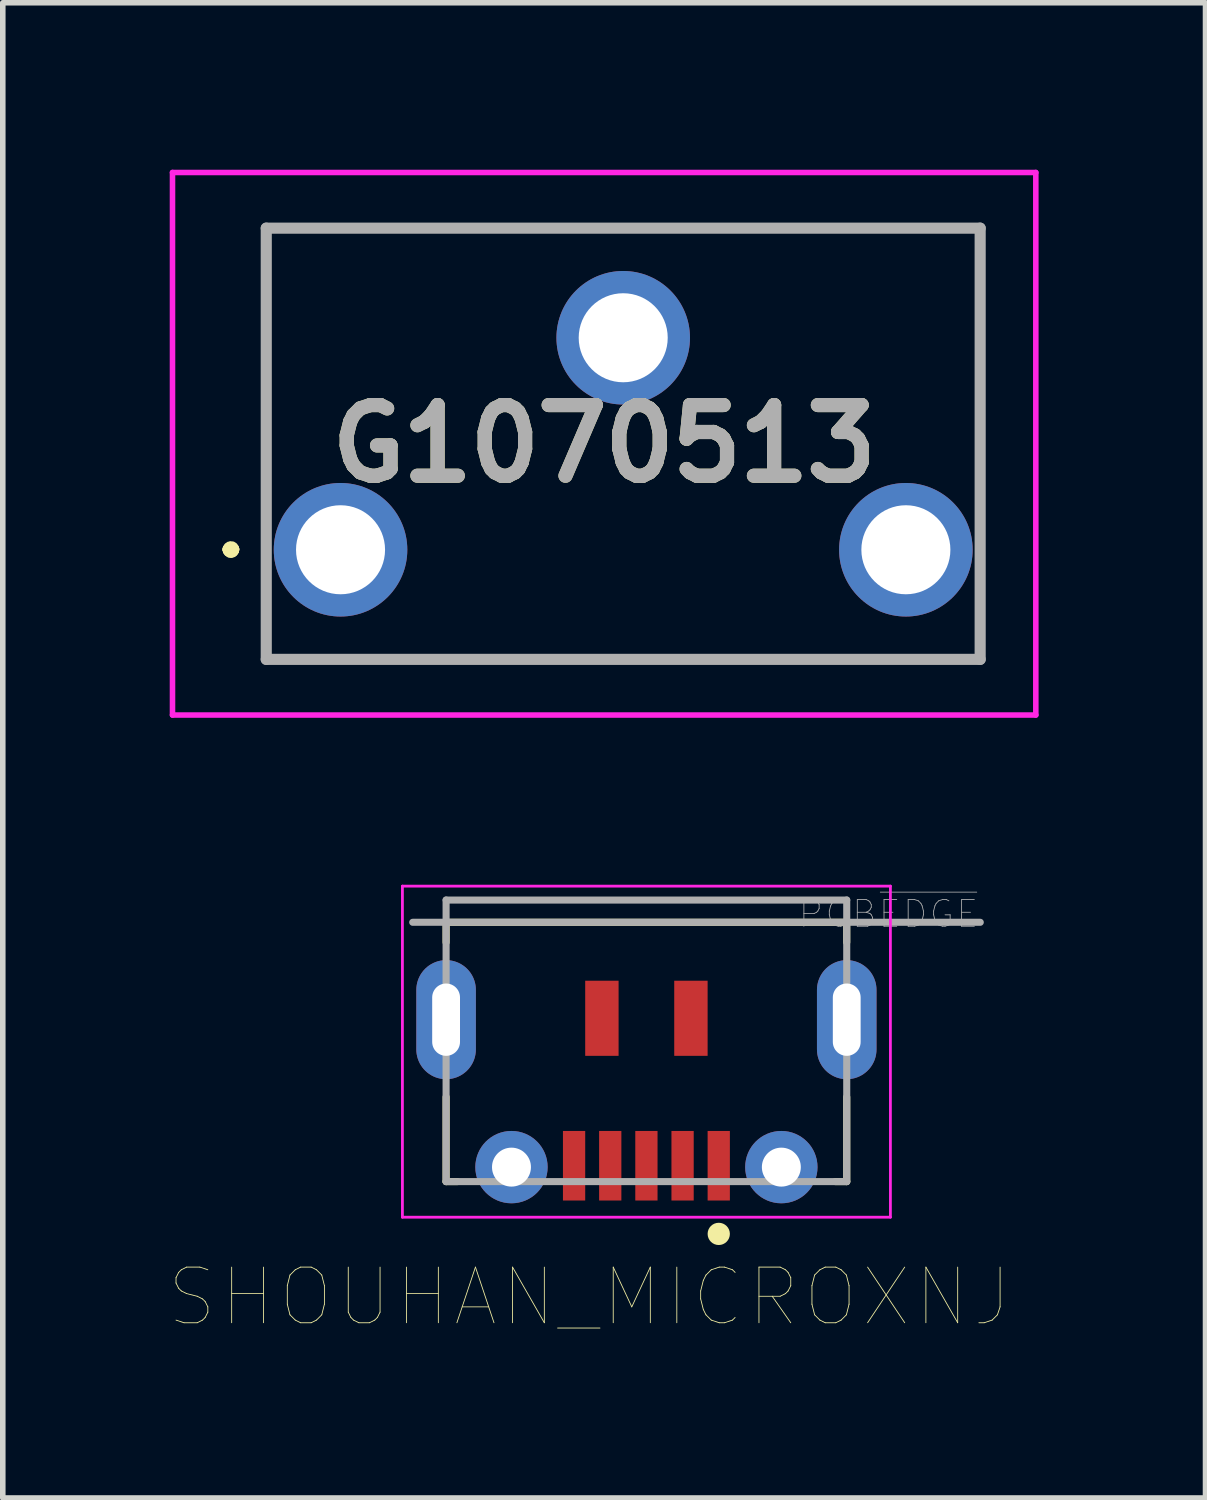
<source format=kicad_pcb>
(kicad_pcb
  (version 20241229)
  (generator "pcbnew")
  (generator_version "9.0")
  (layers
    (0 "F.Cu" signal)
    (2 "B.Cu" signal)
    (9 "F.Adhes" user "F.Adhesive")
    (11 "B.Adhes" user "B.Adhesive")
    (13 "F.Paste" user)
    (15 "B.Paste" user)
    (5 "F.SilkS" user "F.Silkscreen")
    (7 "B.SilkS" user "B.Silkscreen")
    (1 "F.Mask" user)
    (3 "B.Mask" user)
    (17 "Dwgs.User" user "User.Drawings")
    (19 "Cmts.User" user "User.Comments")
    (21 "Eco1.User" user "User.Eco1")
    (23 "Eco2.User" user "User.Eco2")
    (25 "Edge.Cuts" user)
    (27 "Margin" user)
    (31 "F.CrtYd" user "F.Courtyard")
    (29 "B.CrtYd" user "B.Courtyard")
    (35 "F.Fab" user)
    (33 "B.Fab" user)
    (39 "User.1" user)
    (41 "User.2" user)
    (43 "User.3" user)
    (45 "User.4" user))
  (footprint "G1070513"
    (layer "F.Cu")
    (at 3.07 6.83)
    (property "Reference" "G1070513" (at 4.738 -1.905 0) (layer "F.SilkS") (effects (font (size 1.27 1.27) (thickness 0.254))))
    (attr through_hole)
    (fp_line (start -2.02 -0.005) (end -2.02 -0.005) (stroke (width 0.2) (type solid)) (layer "F.SilkS"))
    (fp_line (start -2.02 -0.005) (end -2.02 -0.005) (stroke (width 0.2) (type solid)) (layer "F.SilkS"))
    (fp_line (start -1.92 -0.005) (end -1.92 -0.005) (stroke (width 0.2) (type solid)) (layer "F.SilkS"))
    (fp_line (start -1.335 -5.78) (end -1.335 -5.78) (stroke (width 0.1) (type solid)) (layer "F.SilkS"))
    (fp_line (start -1.335 -5.78) (end -1.335 -5.78) (stroke (width 0.1) (type solid)) (layer "F.SilkS"))
    (fp_line (start -1.335 -5.78) (end -1.335 -1.655) (stroke (width 0.1) (type solid)) (layer "F.SilkS"))
    (fp_line (start -1.335 -5.78) (end 11.495 -5.78) (stroke (width 0.1) (type solid)) (layer "F.SilkS"))
    (fp_line (start -1.335 -1.655) (end -1.335 -5.78) (stroke (width 0.1) (type solid)) (layer "F.SilkS"))
    (fp_line (start -1.335 -1.655) (end -1.335 -1.655) (stroke (width 0.1) (type solid)) (layer "F.SilkS"))
    (fp_line (start -1.335 1.595) (end -1.335 1.595) (stroke (width 0.1) (type solid)) (layer "F.SilkS"))
    (fp_line (start -1.335 1.595) (end -1.335 1.97) (stroke (width 0.1) (type solid)) (layer "F.SilkS"))
    (fp_line (start -1.335 1.97) (end -1.335 1.595) (stroke (width 0.1) (type solid)) (layer "F.SilkS"))
    (fp_line (start -1.335 1.97) (end -1.335 1.97) (stroke (width 0.1) (type solid)) (layer "F.SilkS"))
    (fp_line (start -1.335 1.97) (end -1.335 1.97) (stroke (width 0.1) (type solid)) (layer "F.SilkS"))
    (fp_line (start -1.335 1.97) (end 11.495 1.97) (stroke (width 0.1) (type solid)) (layer "F.SilkS"))
    (fp_line (start 11.495 -5.78) (end -1.335 -5.78) (stroke (width 0.1) (type solid)) (layer "F.SilkS"))
    (fp_line (start 11.495 -5.78) (end 11.495 -5.78) (stroke (width 0.1) (type solid)) (layer "F.SilkS"))
    (fp_line (start 11.495 -5.78) (end 11.495 -5.78) (stroke (width 0.1) (type solid)) (layer "F.SilkS"))
    (fp_line (start 11.495 -5.78) (end 11.495 -1.655) (stroke (width 0.1) (type solid)) (layer "F.SilkS"))
    (fp_line (start 11.495 -1.655) (end 11.495 -5.78) (stroke (width 0.1) (type solid)) (layer "F.SilkS"))
    (fp_line (start 11.495 -1.655) (end 11.495 -1.655) (stroke (width 0.1) (type solid)) (layer "F.SilkS"))
    (fp_line (start 11.495 1.595) (end 11.495 1.595) (stroke (width 0.1) (type solid)) (layer "F.SilkS"))
    (fp_line (start 11.495 1.595) (end 11.495 1.97) (stroke (width 0.1) (type solid)) (layer "F.SilkS"))
    (fp_line (start 11.495 1.97) (end -1.335 1.97) (stroke (width 0.1) (type solid)) (layer "F.SilkS"))
    (fp_line (start 11.495 1.97) (end 11.495 1.595) (stroke (width 0.1) (type solid)) (layer "F.SilkS"))
    (fp_line (start 11.495 1.97) (end 11.495 1.97) (stroke (width 0.1) (type solid)) (layer "F.SilkS"))
    (fp_line (start 11.495 1.97) (end 11.495 1.97) (stroke (width 0.1) (type solid)) (layer "F.SilkS"))
    (fp_arc (start -2.02 -0.005) (mid -1.97 -0.055) (end -1.92 -0.005) (stroke (width 0.2) (type solid)) (layer "F.SilkS"))
    (fp_arc (start -1.92 -0.005) (mid -1.97 0.045) (end -2.02 -0.005) (stroke (width 0.2) (type solid)) (layer "F.SilkS"))
    (fp_arc (start -1.92 -0.005) (mid -1.97 0.045) (end -2.02 -0.005) (stroke (width 0.2) (type solid)) (layer "F.SilkS"))
    (fp_line (start -3.02 -6.78) (end 12.495 -6.78) (stroke (width 0.1) (type solid)) (layer "F.CrtYd"))
    (fp_line (start -3.02 2.97) (end -3.02 -6.78) (stroke (width 0.1) (type solid)) (layer "F.CrtYd"))
    (fp_line (start 12.495 -6.78) (end 12.495 2.97) (stroke (width 0.1) (type solid)) (layer "F.CrtYd"))
    (fp_line (start 12.495 2.97) (end -3.02 2.97) (stroke (width 0.1) (type solid)) (layer "F.CrtYd"))
    (fp_line (start -1.335 -5.78) (end -1.335 1.97) (stroke (width 0.2) (type solid)) (layer "F.Fab"))
    (fp_line (start -1.335 1.97) (end 11.495 1.97) (stroke (width 0.2) (type solid)) (layer "F.Fab"))
    (fp_line (start 11.495 -5.78) (end -1.335 -5.78) (stroke (width 0.2) (type solid)) (layer "F.Fab"))
    (fp_line (start 11.495 1.97) (end 11.495 -5.78) (stroke (width 0.2) (type solid)) (layer "F.Fab"))
    (fp_text user "${REFERENCE}" (at 4.738 -1.905 0) (layer "F.Fab") (effects (font (size 1.27 1.27) (thickness 0.254))))
    (pad "1" thru_hole circle (at 0 0) (size 2.4 2.4) (drill 1.6) (layers "*.Cu" "*.Mask"))
    (pad "2" thru_hole circle (at 10.16 0) (size 2.4 2.4) (drill 1.6) (layers "*.Cu" "*.Mask"))
    (pad "3" thru_hole circle (at 5.08 -3.81) (size 2.4 2.4) (drill 1.6) (layers "*.Cu" "*.Mask")))
  (footprint "SHOUHAN_MICROXNJ"
    (layer "F.Cu")
    (at 8.567 13.525)
    (property "Reference" "SHOUHAN_MICROXNJ" (at -1.025 6.735 0) (layer "F.SilkS") (effects (font (size 1 1) (thickness 0.015))))
    (attr through_hole)
    (fp_line (start -3.6 0) (end 3.6 0) (stroke (width 0.127) (type solid)) (layer "F.SilkS"))
    (fp_line (start -3.6 0.36) (end -3.6 0) (stroke (width 0.127) (type solid)) (layer "F.SilkS"))
    (fp_line (start -3.6 3.14) (end -3.6 4.66) (stroke (width 0.127) (type solid)) (layer "F.SilkS"))
    (fp_line (start -3.6 4.66) (end -3.395 4.66) (stroke (width 0.127) (type solid)) (layer "F.SilkS"))
    (fp_line (start 3.6 0) (end 3.6 0.36) (stroke (width 0.127) (type solid)) (layer "F.SilkS"))
    (fp_line (start 3.6 3.14) (end 3.6 4.66) (stroke (width 0.127) (type solid)) (layer "F.SilkS"))
    (fp_line (start 3.6 4.66) (end 3.395 4.66) (stroke (width 0.127) (type solid)) (layer "F.SilkS"))
    (fp_circle (center 1.3 5.6) (end 1.4 5.6) (stroke (width 0.2) (type solid)) (fill no) (layer "F.SilkS"))
    (fp_line (start -4.385 -0.65) (end 4.385 -0.65) (stroke (width 0.05) (type solid)) (layer "F.CrtYd"))
    (fp_line (start -4.385 5.3) (end -4.385 -0.65) (stroke (width 0.05) (type solid)) (layer "F.CrtYd"))
    (fp_line (start 4.385 -0.65) (end 4.385 5.3) (stroke (width 0.05) (type solid)) (layer "F.CrtYd"))
    (fp_line (start 4.385 5.3) (end -4.385 5.3) (stroke (width 0.05) (type solid)) (layer "F.CrtYd"))
    (fp_line (start -4.2 0) (end 6 0) (stroke (width 0.127) (type solid)) (layer "F.Fab"))
    (fp_line (start -3.6 -0.4) (end 3.6 -0.4) (stroke (width 0.127) (type solid)) (layer "F.Fab"))
    (fp_line (start -3.6 4.66) (end -3.6 -0.4) (stroke (width 0.127) (type solid)) (layer "F.Fab"))
    (fp_line (start 3.6 -0.4) (end 3.6 4.66) (stroke (width 0.127) (type solid)) (layer "F.Fab"))
    (fp_line (start 3.6 4.66) (end -3.6 4.66) (stroke (width 0.127) (type solid)) (layer "F.Fab"))
    (fp_text user "PCB~{EDGE}" (at 4.35 -0.15 0) (layer "F.Fab") (effects (font (size 0.48 0.48) (thickness 0.015))))
    (pad "1" smd rect (at 1.3 4.375) (size 0.4 1.25) (layers "F.Cu" "F.Mask" "F.Paste"))
    (pad "2" smd rect (at 0.65 4.375) (size 0.4 1.25) (layers "F.Cu" "F.Mask" "F.Paste"))
    (pad "3" smd rect (at 0 4.375) (size 0.4 1.25) (layers "F.Cu" "F.Mask" "F.Paste"))
    (pad "4" smd rect (at -0.65 4.375) (size 0.4 1.25) (layers "F.Cu" "F.Mask" "F.Paste"))
    (pad "5" smd rect (at -1.3 4.375) (size 0.4 1.25) (layers "F.Cu" "F.Mask" "F.Paste"))
    (pad "S" thru_hole oval (at -3.6 1.75) (size 1.07 2.14) (drill oval 0.5 1.3) (layers "*.Cu" "*.Mask"))
    (pad "S" thru_hole circle (at -2.425 4.4) (size 1.3 1.3) (drill 0.7) (layers "*.Cu" "*.Mask"))
    (pad "S" smd rect (at -0.8 1.725) (size 0.6 1.35) (layers "F.Cu" "F.Mask" "F.Paste"))
    (pad "S" smd rect (at 0.8 1.725) (size 0.6 1.35) (layers "F.Cu" "F.Mask" "F.Paste"))
    (pad "S" thru_hole circle (at 2.425 4.4) (size 1.3 1.3) (drill 0.7) (layers "*.Cu" "*.Mask"))
    (pad "S" thru_hole oval (at 3.6 1.75) (size 1.07 2.14) (drill oval 0.5 1.3) (layers "*.Cu" "*.Mask")))
  (gr_rect
    (start -3 -3)
    (end 18.615 23.871)
    (stroke (width 0.1) (type default))
    (fill no)
    (layer "Edge.Cuts")))
</source>
